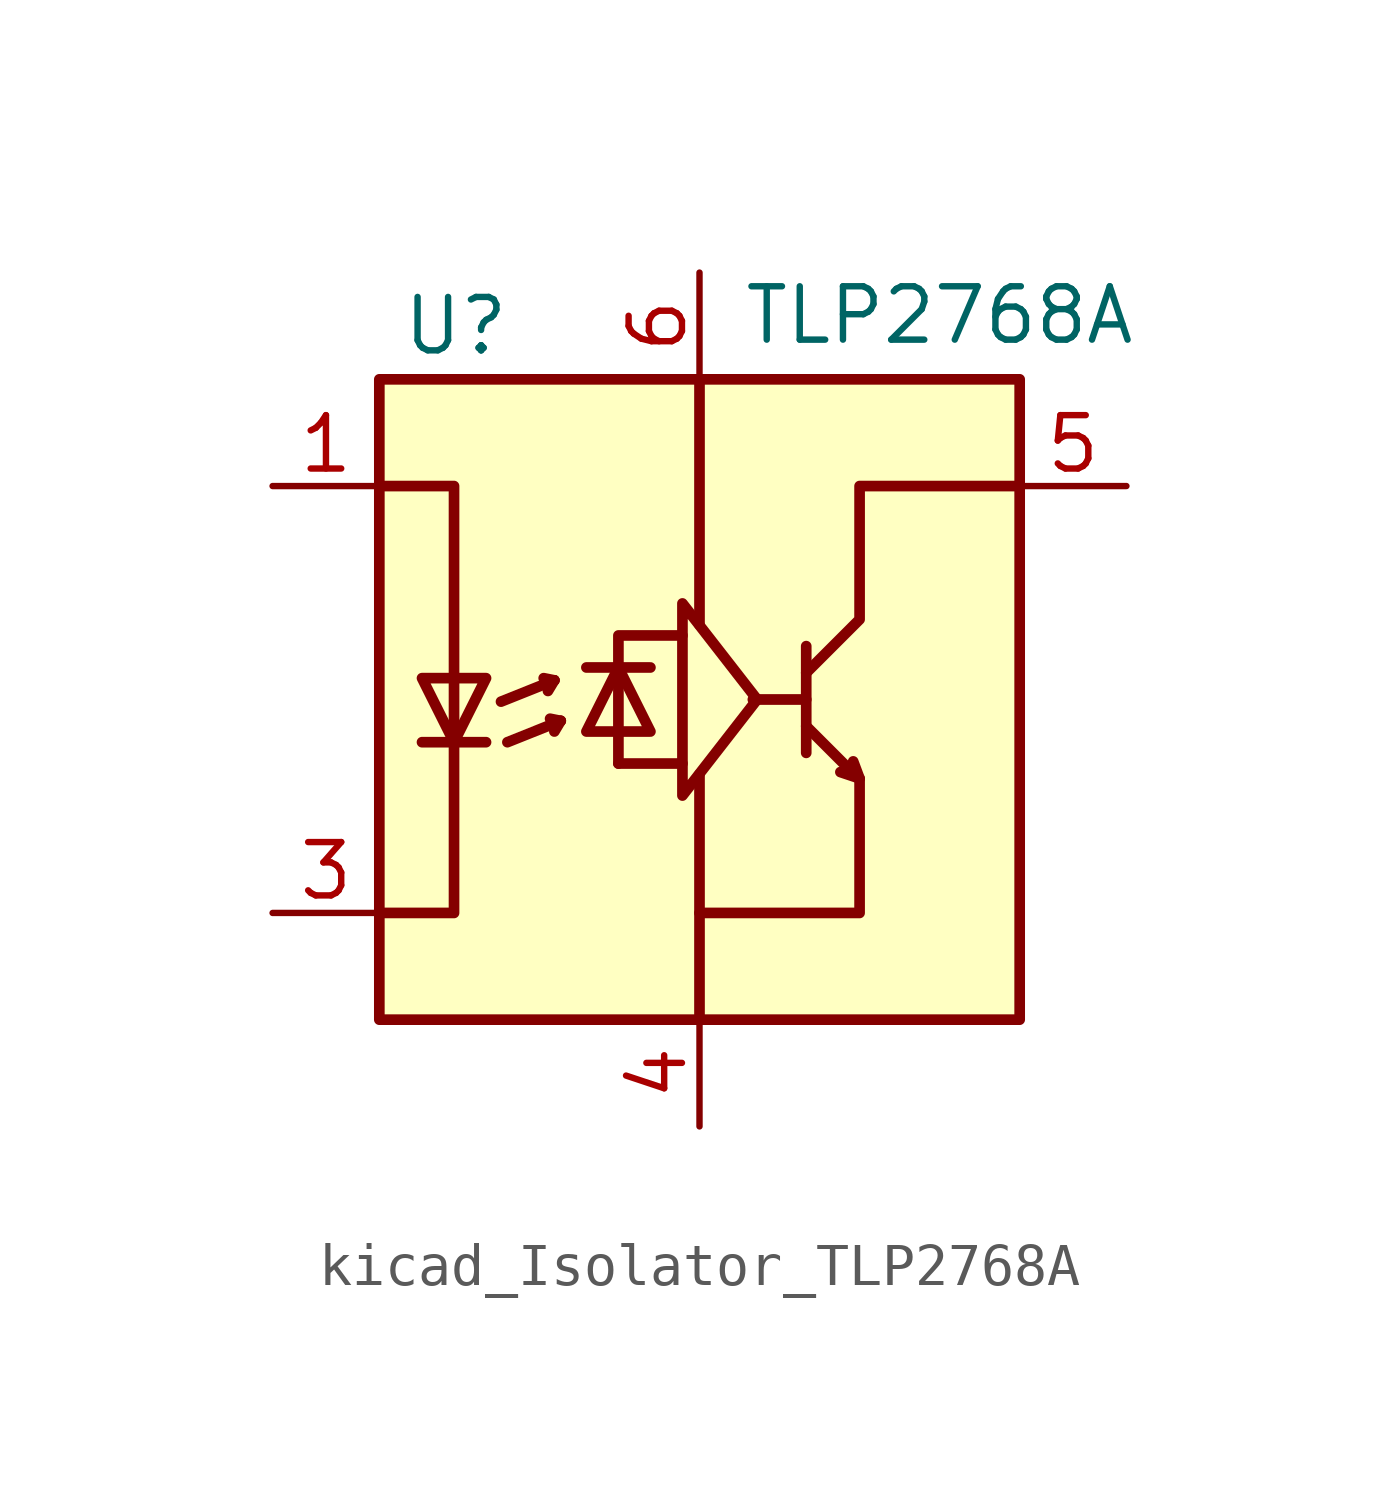
<source format=kicad_sym>
(kicad_symbol_lib
  (version 20220914)
  (generator kicad_symbol_editor)
  (symbol "kicad_Isolator_TLP2768A"
    (pin_names
      (offset 1.016) hide)
    (property "Reference" "U"
      (at -7.112 8.89 0)
      (effects (font (size 1.27 1.27)) (justify left)))
    (property "Value" "TLP2768A"
      (at 1.016 9.144 0)
      (effects (font (size 1.27 1.27)) (justify left)))
    (symbol "kicad_Isolator_TLP2768A_0_1"
      (rectangle (start -7.62 7.62) (end 7.62 -7.62) (stroke (width 0.254) (type default)) (fill (type background)))
      (polyline (pts (xy -6.604 -1.016) (xy -5.08 -1.016)) (stroke (width 0.254) (type default)) (fill (type none)))
      (polyline (pts (xy -5.842 0.508) (xy -5.842 -1.016)) (stroke (width 0.254) (type default)) (fill (type none)))
      (polyline (pts (xy -4.724 -0.051) (xy -3.454 0.457)) (stroke (width 0.254) (type default)) (fill (type none)))
      (polyline (pts (xy -4.572 -1.016) (xy -3.302 -0.508)) (stroke (width 0.254) (type default)) (fill (type none)))
      (polyline (pts (xy -3.454 0.457) (xy -3.708 0.508)) (stroke (width 0.254) (type default)) (fill (type none)))
      (polyline (pts (xy -3.454 0.457) (xy -3.607 0.203)) (stroke (width 0.254) (type default)) (fill (type none)))
      (polyline (pts (xy -3.302 -0.508) (xy -3.556 -0.457)) (stroke (width 0.254) (type default)) (fill (type none)))
      (polyline (pts (xy -3.302 -0.508) (xy -3.454 -0.762)) (stroke (width 0.254) (type default)) (fill (type none)))
      (polyline (pts (xy -2.692 0.762) (xy -1.168 0.762)) (stroke (width 0.254) (type default)) (fill (type none)))
      (polyline (pts (xy -1.93 -1.524) (xy -1.93 -0.762)) (stroke (width 0.254) (type default)) (fill (type none)))
      (polyline (pts (xy -1.93 -1.524) (xy -0.406 -1.524)) (stroke (width 0.254) (type default)) (fill (type none)))
      (polyline (pts (xy -1.93 0.762) (xy -1.93 -0.813)) (stroke (width 0.254) (type default)) (fill (type none)))
      (polyline (pts (xy 0 -7.62) (xy 0 -1.778)) (stroke (width 0.254) (type default)) (fill (type none)))
      (polyline (pts (xy 0 7.62) (xy 0 1.778)) (stroke (width 0.254) (type default)) (fill (type none)))
      (polyline (pts (xy 1.27 0) (xy 2.54 0)) (stroke (width 0.254) (type default)) (fill (type none)))
      (polyline (pts (xy 2.54 -1.27) (xy 2.54 1.27)) (stroke (width 0.254) (type default)) (fill (type none)))
      (polyline (pts (xy 3.81 -1.88) (xy 3.353 -1.727)) (stroke (width 0.254) (type default)) (fill (type none)))
      (polyline (pts (xy 3.81 -1.88) (xy 3.658 -1.473)) (stroke (width 0.254) (type default)) (fill (type none)))
      (polyline (pts (xy -7.62 5.08) (xy -5.842 5.08) (xy -5.842 0.508)) (stroke (width 0.254) (type default)) (fill (type none)))
      (polyline (pts (xy -5.842 -1.016) (xy -5.842 -5.08) (xy -7.62 -5.08)) (stroke (width 0.254) (type default)) (fill (type none)))
      (polyline (pts (xy -1.93 0.762) (xy -1.93 1.524) (xy -0.406 1.524)) (stroke (width 0.254) (type default)) (fill (type none)))
      (polyline (pts (xy -6.604 0.508) (xy -5.08 0.508) (xy -5.842 -1.016) (xy -6.604 0.508)) (stroke (width 0.254) (type default)) (fill (type none)))
      (polyline (pts (xy -2.692 -0.762) (xy -1.168 -0.762) (xy -1.93 0.762) (xy -2.692 -0.762)) (stroke (width 0.254) (type default)) (fill (type none)))
      (polyline (pts (xy 1.372 0) (xy -0.406 -2.286) (xy -0.406 2.286) (xy 1.372 0)) (stroke (width 0.254) (type default)) (fill (type none)))
      (polyline (pts (xy 2.54 -0.635) (xy 3.81 -1.905) (xy 3.81 -5.08) (xy 0 -5.08)) (stroke (width 0.254) (type default)) (fill (type none)))
      (polyline (pts (xy 2.54 0.635) (xy 3.81 1.905) (xy 3.81 5.08) (xy 7.62 5.08)) (stroke (width 0.254) (type default)) (fill (type none))))
    (symbol "kicad_Isolator_TLP2768A_1_1"
      (pin passive line (at -10.16 5.08 0) (length 2.54) (name "A" (effects (font (size 1.27 1.27)))) (number "1" (effects (font (size 1.27 1.27)))))
      (pin no_connect line (at -7.62 0 0) (length 2.54) hide (name "NC" (effects (font (size 1.27 1.27)))) (number "2" (effects (font (size 1.27 1.27)))))
      (pin passive line (at -10.16 -5.08 0) (length 2.54) (name "K" (effects (font (size 1.27 1.27)))) (number "3" (effects (font (size 1.27 1.27)))))
      (pin power_in line (at 0 -10.16 90) (length 2.54) (name "GND" (effects (font (size 1.27 1.27)))) (number "4" (effects (font (size 1.27 1.27)))))
      (pin open_collector line (at 10.16 5.08 180) (length 2.54) (name "VO" (effects (font (size 1.27 1.27)))) (number "5" (effects (font (size 1.27 1.27)))))
      (pin power_in line (at 0 10.16 270) (length 2.54) (name "VDD" (effects (font (size 1.27 1.27)))) (number "6" (effects (font (size 1.27 1.27))))))))
</source>
